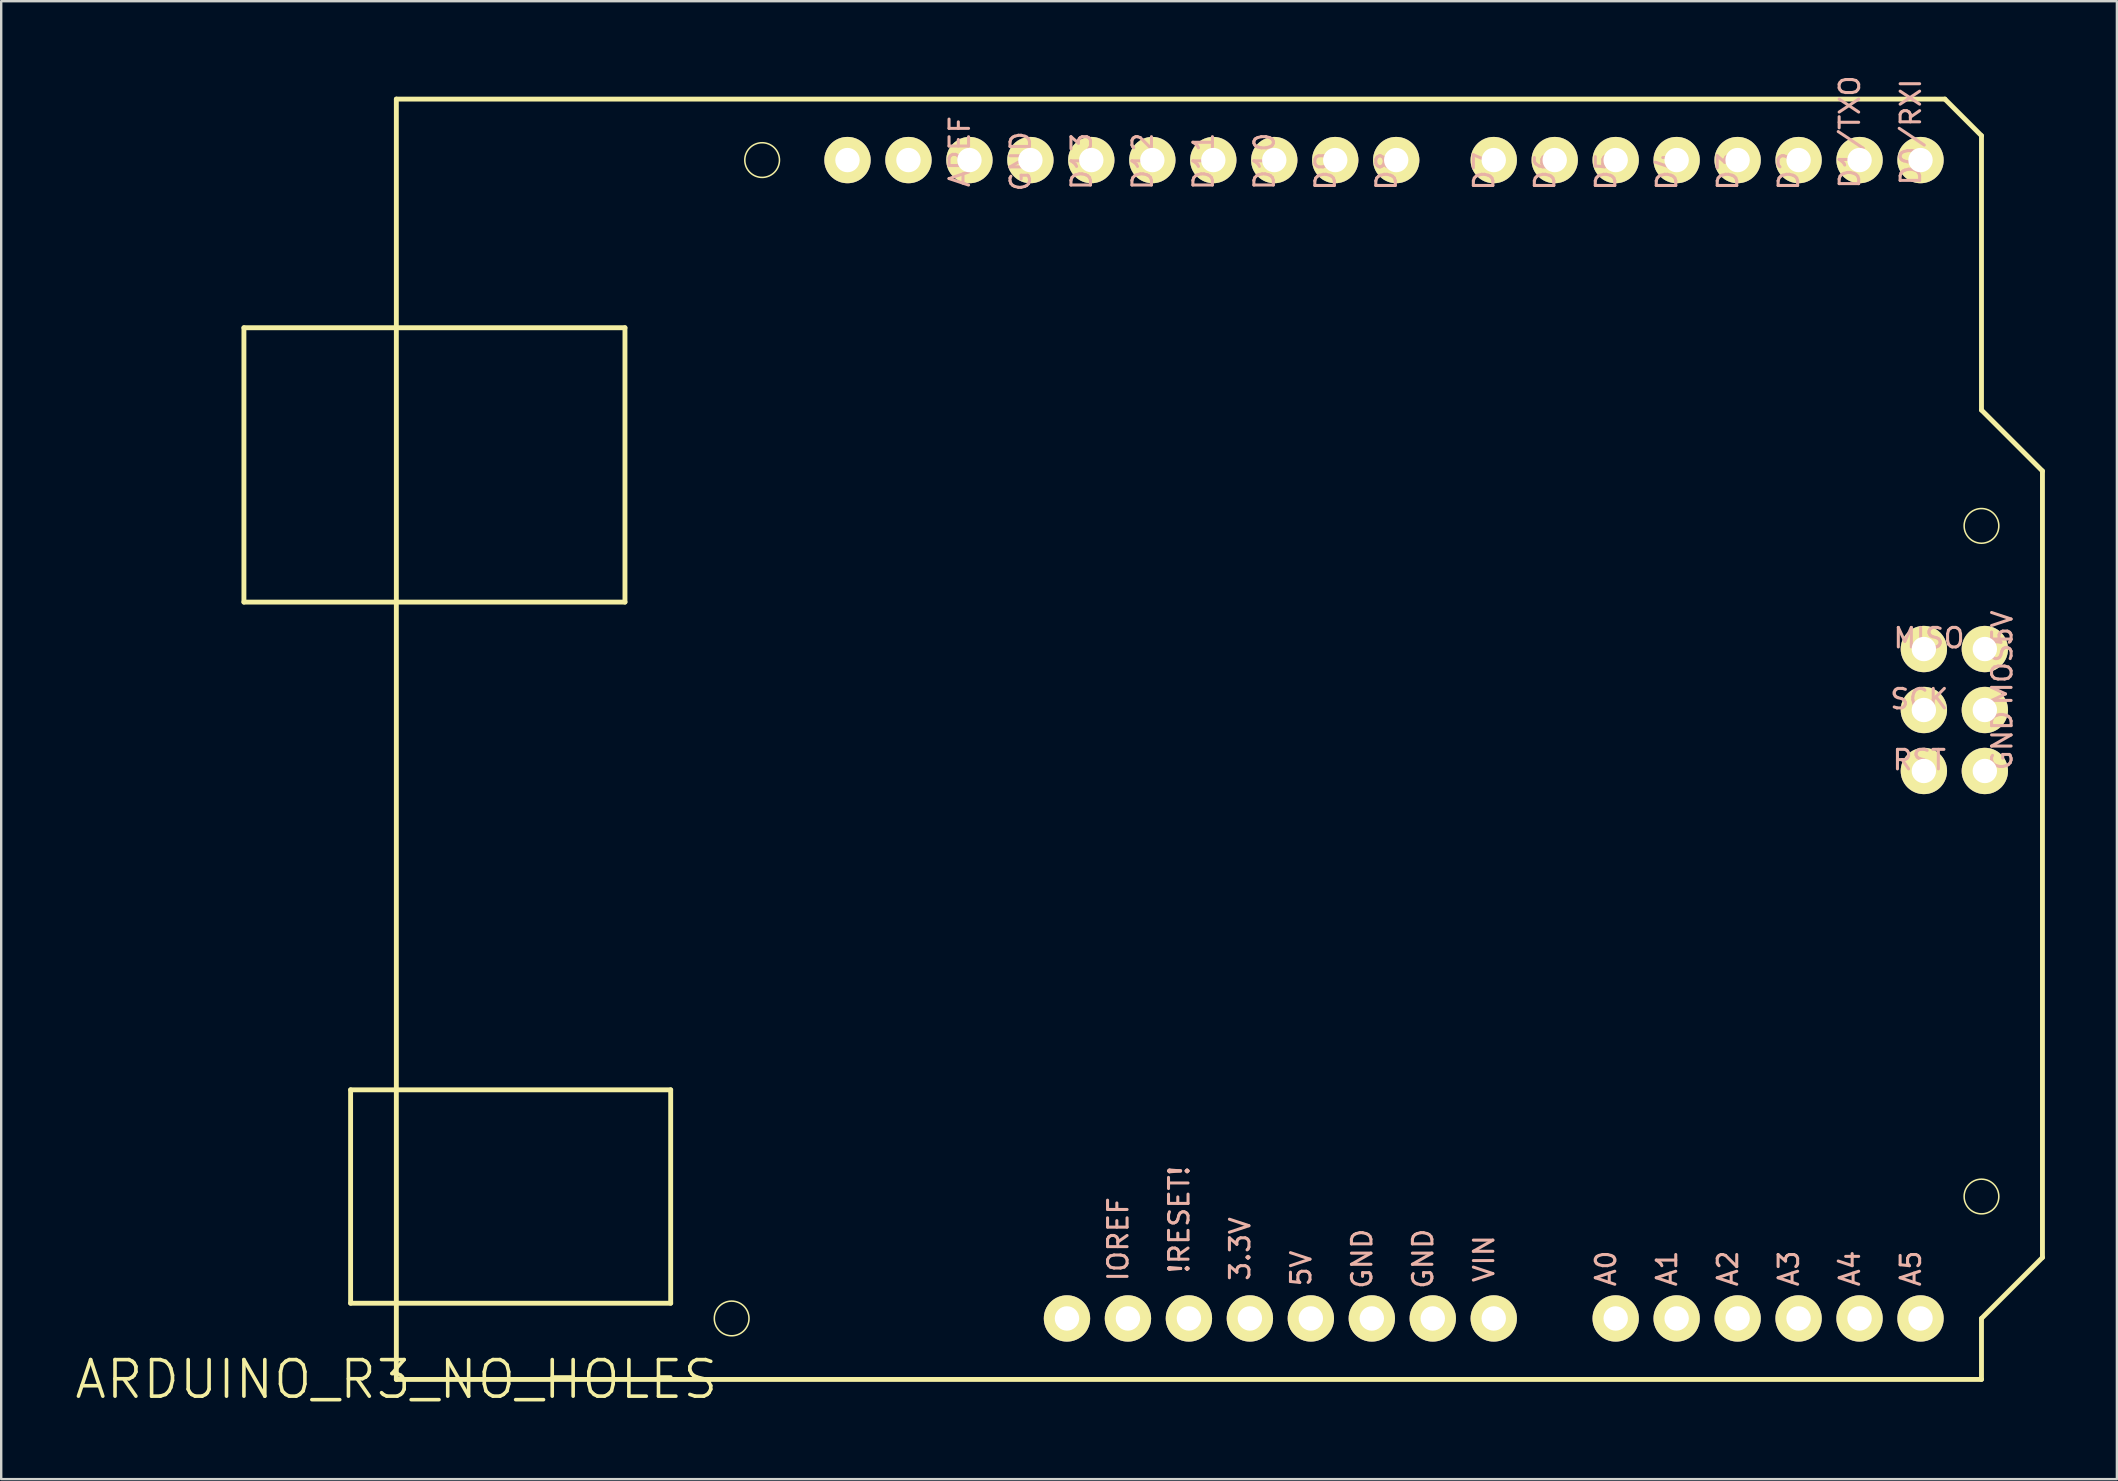
<source format=kicad_pcb>
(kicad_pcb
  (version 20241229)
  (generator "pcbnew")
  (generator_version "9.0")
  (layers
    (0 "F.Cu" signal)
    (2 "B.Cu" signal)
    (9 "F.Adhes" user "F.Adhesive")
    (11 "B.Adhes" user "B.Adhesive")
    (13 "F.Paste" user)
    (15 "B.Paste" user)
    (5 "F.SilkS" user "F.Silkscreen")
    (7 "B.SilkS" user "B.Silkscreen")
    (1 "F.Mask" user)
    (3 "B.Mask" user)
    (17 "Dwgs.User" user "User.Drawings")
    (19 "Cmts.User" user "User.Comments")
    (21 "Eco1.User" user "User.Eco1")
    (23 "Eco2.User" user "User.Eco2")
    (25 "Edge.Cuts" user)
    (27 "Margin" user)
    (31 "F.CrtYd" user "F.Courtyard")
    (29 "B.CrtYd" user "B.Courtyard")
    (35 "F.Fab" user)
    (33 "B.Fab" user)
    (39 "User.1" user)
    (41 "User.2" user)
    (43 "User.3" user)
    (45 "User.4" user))
  (footprint "ARDUINO_R3_NO_HOLES"
    (layer "F.Cu")
    (at 13.462 54.419)
    (property "Reference" "ARDUINO_R3_NO_HOLES" (at 0 0 0) (layer "F.SilkS") (effects (font (size 1.524 1.524) (thickness 0.15))))
    (attr exclude_from_pos_files exclude_from_bom)
    (fp_line (start -6.35 -43.815) (end 9.525 -43.815) (stroke (width 0.203) (type solid)) (layer "F.SilkS"))
    (fp_line (start -6.35 -32.385) (end -6.35 -43.815) (stroke (width 0.203) (type solid)) (layer "F.SilkS"))
    (fp_line (start -1.905 -12.065) (end 11.43 -12.065) (stroke (width 0.203) (type solid)) (layer "F.SilkS"))
    (fp_line (start -1.905 -3.175) (end -1.905 -12.065) (stroke (width 0.203) (type solid)) (layer "F.SilkS"))
    (fp_line (start 0 -53.34) (end 64.516 -53.34) (stroke (width 0.203) (type solid)) (layer "F.SilkS"))
    (fp_line (start 0 0) (end 0 -53.34) (stroke (width 0.203) (type solid)) (layer "F.SilkS"))
    (fp_line (start 9.525 -43.815) (end 9.525 -32.385) (stroke (width 0.203) (type solid)) (layer "F.SilkS"))
    (fp_line (start 9.525 -32.385) (end -6.35 -32.385) (stroke (width 0.203) (type solid)) (layer "F.SilkS"))
    (fp_line (start 11.43 -12.065) (end 11.43 -3.175) (stroke (width 0.203) (type solid)) (layer "F.SilkS"))
    (fp_line (start 11.43 -3.175) (end -1.905 -3.175) (stroke (width 0.203) (type solid)) (layer "F.SilkS"))
    (fp_line (start 64.516 -53.34) (end 66.04 -51.816) (stroke (width 0.203) (type solid)) (layer "F.SilkS"))
    (fp_line (start 66.04 -51.816) (end 66.04 -40.386) (stroke (width 0.203) (type solid)) (layer "F.SilkS"))
    (fp_line (start 66.04 -40.386) (end 68.58 -37.846) (stroke (width 0.203) (type solid)) (layer "F.SilkS"))
    (fp_line (start 66.04 -2.54) (end 66.04 0) (stroke (width 0.203) (type solid)) (layer "F.SilkS"))
    (fp_line (start 66.04 0) (end 0 0) (stroke (width 0.203) (type solid)) (layer "F.SilkS"))
    (fp_line (start 68.58 -37.846) (end 68.58 -5.08) (stroke (width 0.203) (type solid)) (layer "F.SilkS"))
    (fp_line (start 68.58 -5.08) (end 66.04 -2.54) (stroke (width 0.203) (type solid)) (layer "F.SilkS"))
    (fp_circle (center 13.97 -2.54) (end 14.481 -3.051) (stroke (width 0.064) (type solid)) (fill no) (layer "F.SilkS"))
    (fp_circle (center 15.24 -50.8) (end 15.751 -51.311) (stroke (width 0.064) (type solid)) (fill no) (layer "F.SilkS"))
    (fp_circle (center 66.04 -35.56) (end 66.551 -36.071) (stroke (width 0.064) (type solid)) (fill no) (layer "F.SilkS"))
    (fp_circle (center 66.04 -7.62) (end 66.551 -8.131) (stroke (width 0.064) (type solid)) (fill no) (layer "F.SilkS"))
    (fp_text user "MOSI" (at 66.904 -29.566 90) (layer "B.SilkS") (effects (font (size 0.813 0.813) (thickness 0.127))))
    (fp_text user "A2" (at 55.474 -4.623 90) (layer "B.SilkS") (effects (font (size 0.813 0.813) (thickness 0.127))))
    (fp_text user "A3" (at 58.011 -4.623 90) (layer "B.SilkS") (effects (font (size 0.813 0.813) (thickness 0.127))))
    (fp_text user "D2" (at 58.011 -50.343 90) (layer "B.SilkS") (effects (font (size 0.813 0.813) (thickness 0.127))))
    (fp_text user "3.3V" (at 35.151 -5.436 90) (layer "B.SilkS") (effects (font (size 0.813 0.813) (thickness 0.127))))
    (fp_text user "D12" (at 31.09 -50.749 90) (layer "B.SilkS") (effects (font (size 0.813 0.813) (thickness 0.127))))
    (fp_text user "A0" (at 50.394 -4.623 90) (layer "B.SilkS") (effects (font (size 0.813 0.813) (thickness 0.127))))
    (fp_text user "GND" (at 66.904 -26.619 90) (layer "B.SilkS") (effects (font (size 0.813 0.813) (thickness 0.127))))
    (fp_text user "SCK" (at 63.449 -28.346 0) (layer "B.SilkS") (effects (font (size 0.813 0.813) (thickness 0.127))))
    (fp_text user "VIN" (at 45.314 -5.029 90) (layer "B.SilkS") (effects (font (size 0.813 0.813) (thickness 0.127))))
    (fp_text user "D8" (at 41.25 -50.343 90) (layer "B.SilkS") (effects (font (size 0.813 0.813) (thickness 0.127))))
    (fp_text user "D3" (at 55.474 -50.343 90) (layer "B.SilkS") (effects (font (size 0.813 0.813) (thickness 0.127))))
    (fp_text user "MISO" (at 63.853 -30.886 0) (layer "B.SilkS") (effects (font (size 0.813 0.813) (thickness 0.127))))
    (fp_text user "A1" (at 52.934 -4.623 90) (layer "B.SilkS") (effects (font (size 0.813 0.813) (thickness 0.127))))
    (fp_text user "5V" (at 37.694 -4.623 90) (layer "B.SilkS") (effects (font (size 0.813 0.813) (thickness 0.127))))
    (fp_text user "A5" (at 63.094 -4.623 90) (layer "B.SilkS") (effects (font (size 0.813 0.813) (thickness 0.127))))
    (fp_text user "RST" (at 63.449 -25.806 0) (layer "B.SilkS") (effects (font (size 0.813 0.813) (thickness 0.127))))
    (fp_text user "!RESET!" (at 32.614 -6.655 90) (layer "B.SilkS") (effects (font (size 0.813 0.813) (thickness 0.127))))
    (fp_text user "D10" (at 36.17 -50.749 90) (layer "B.SilkS") (effects (font (size 0.813 0.813) (thickness 0.127))))
    (fp_text user "D7" (at 45.314 -50.343 90) (layer "B.SilkS") (effects (font (size 0.813 0.813) (thickness 0.127))))
    (fp_text user "D0/RXI" (at 63.094 -51.968 90) (layer "B.SilkS") (effects (font (size 0.813 0.813) (thickness 0.127))))
    (fp_text user "GND" (at 42.774 -5.029 90) (layer "B.SilkS") (effects (font (size 0.813 0.813) (thickness 0.127))))
    (fp_text user "GND" (at 40.234 -5.029 90) (layer "B.SilkS") (effects (font (size 0.813 0.813) (thickness 0.127))))
    (fp_text user "D6" (at 47.854 -50.343 90) (layer "B.SilkS") (effects (font (size 0.813 0.813) (thickness 0.127))))
    (fp_text user "A4" (at 60.554 -4.623 90) (layer "B.SilkS") (effects (font (size 0.813 0.813) (thickness 0.127))))
    (fp_text user "D11" (at 33.63 -50.749 90) (layer "B.SilkS") (effects (font (size 0.813 0.813) (thickness 0.127))))
    (fp_text user "GND" (at 26.01 -50.749 90) (layer "B.SilkS") (effects (font (size 0.813 0.813) (thickness 0.127))))
    (fp_text user "D13" (at 28.55 -50.749 90) (layer "B.SilkS") (effects (font (size 0.813 0.813) (thickness 0.127))))
    (fp_text user "IOREF" (at 30.074 -5.842 90) (layer "B.SilkS") (effects (font (size 0.813 0.813) (thickness 0.127))))
    (fp_text user "5V" (at 66.904 -31.293 90) (layer "B.SilkS") (effects (font (size 0.813 0.813) (thickness 0.127))))
    (fp_text user "D5" (at 50.394 -50.343 90) (layer "B.SilkS") (effects (font (size 0.813 0.813) (thickness 0.127))))
    (fp_text user "D9" (at 38.71 -50.343 90) (layer "B.SilkS") (effects (font (size 0.813 0.813) (thickness 0.127))))
    (fp_text user "AREF" (at 23.47 -51.153 90) (layer "B.SilkS") (effects (font (size 0.813 0.813) (thickness 0.127))))
    (fp_text user "D4" (at 52.934 -50.343 90) (layer "B.SilkS") (effects (font (size 0.813 0.813) (thickness 0.127))))
    (fp_text user "D1/TXO" (at 60.554 -51.968 90) (layer "B.SilkS") (effects (font (size 0.813 0.813) (thickness 0.127))))
    (pad "3.3V" thru_hole circle (at 35.56 -2.54) (size 1.93 1.93) (drill 1.016) (layers "*.Cu" "F.Mask" "F.SilkS" "F.Paste"))
    (pad "5V" thru_hole circle (at 38.1 -2.54) (size 1.93 1.93) (drill 1.016) (layers "*.Cu" "F.Mask" "F.SilkS" "F.Paste"))
    (pad "A0" thru_hole circle (at 50.8 -2.54) (size 1.93 1.93) (drill 1.016) (layers "*.Cu" "F.Mask" "F.SilkS" "F.Paste"))
    (pad "A1" thru_hole circle (at 53.34 -2.54) (size 1.93 1.93) (drill 1.016) (layers "*.Cu" "F.Mask" "F.SilkS" "F.Paste"))
    (pad "A2" thru_hole circle (at 55.88 -2.54) (size 1.93 1.93) (drill 1.016) (layers "*.Cu" "F.Mask" "F.SilkS" "F.Paste"))
    (pad "A3" thru_hole circle (at 58.42 -2.54) (size 1.93 1.93) (drill 1.016) (layers "*.Cu" "F.Mask" "F.SilkS" "F.Paste"))
    (pad "A4" thru_hole circle (at 60.96 -2.54) (size 1.93 1.93) (drill 1.016) (layers "*.Cu" "F.Mask" "F.SilkS" "F.Paste"))
    (pad "A5" thru_hole circle (at 63.5 -2.54) (size 1.93 1.93) (drill 1.016) (layers "*.Cu" "F.Mask" "F.SilkS" "F.Paste"))
    (pad "AREF" thru_hole circle (at 23.876 -50.8) (size 1.93 1.93) (drill 1.016) (layers "*.Cu" "F.Mask" "F.SilkS" "F.Paste"))
    (pad "D0" thru_hole circle (at 63.5 -50.8) (size 1.93 1.93) (drill 1.016) (layers "*.Cu" "F.Mask" "F.SilkS" "F.Paste"))
    (pad "D1" thru_hole circle (at 60.96 -50.8) (size 1.93 1.93) (drill 1.016) (layers "*.Cu" "F.Mask" "F.SilkS" "F.Paste"))
    (pad "D2" thru_hole circle (at 58.42 -50.8) (size 1.93 1.93) (drill 1.016) (layers "*.Cu" "F.Mask" "F.SilkS" "F.Paste"))
    (pad "D3" thru_hole circle (at 55.88 -50.8) (size 1.93 1.93) (drill 1.016) (layers "*.Cu" "F.Mask" "F.SilkS" "F.Paste"))
    (pad "D4" thru_hole circle (at 53.34 -50.8) (size 1.93 1.93) (drill 1.016) (layers "*.Cu" "F.Mask" "F.SilkS" "F.Paste"))
    (pad "D5" thru_hole circle (at 50.8 -50.8) (size 1.93 1.93) (drill 1.016) (layers "*.Cu" "F.Mask" "F.SilkS" "F.Paste"))
    (pad "D6" thru_hole circle (at 48.26 -50.8) (size 1.93 1.93) (drill 1.016) (layers "*.Cu" "F.Mask" "F.SilkS" "F.Paste"))
    (pad "D7" thru_hole circle (at 45.72 -50.8) (size 1.93 1.93) (drill 1.016) (layers "*.Cu" "F.Mask" "F.SilkS" "F.Paste"))
    (pad "D8" thru_hole circle (at 41.656 -50.8) (size 1.93 1.93) (drill 1.016) (layers "*.Cu" "F.Mask" "F.SilkS" "F.Paste"))
    (pad "D9" thru_hole circle (at 39.116 -50.8) (size 1.93 1.93) (drill 1.016) (layers "*.Cu" "F.Mask" "F.SilkS" "F.Paste"))
    (pad "D10" thru_hole circle (at 36.576 -50.8) (size 1.93 1.93) (drill 1.016) (layers "*.Cu" "F.Mask" "F.SilkS" "F.Paste"))
    (pad "D11" thru_hole circle (at 34.036 -50.8) (size 1.93 1.93) (drill 1.016) (layers "*.Cu" "F.Mask" "F.SilkS" "F.Paste"))
    (pad "D12" thru_hole circle (at 31.496 -50.8) (size 1.93 1.93) (drill 1.016) (layers "*.Cu" "F.Mask" "F.SilkS" "F.Paste"))
    (pad "D13" thru_hole circle (at 28.953 -50.8) (size 1.93 1.93) (drill 1.016) (layers "*.Cu" "F.Mask" "F.SilkS" "F.Paste"))
    (pad "GND@" thru_hole circle (at 26.416 -50.8) (size 1.93 1.93) (drill 1.016) (layers "*.Cu" "F.Mask" "F.SilkS" "F.Paste"))
    (pad "GND@" thru_hole circle (at 40.64 -2.54) (size 1.93 1.93) (drill 1.016) (layers "*.Cu" "F.Mask" "F.SilkS" "F.Paste"))
    (pad "GND@" thru_hole circle (at 43.18 -2.54) (size 1.93 1.93) (drill 1.016) (layers "*.Cu" "F.Mask" "F.SilkS" "F.Paste"))
    (pad "GND@" thru_hole circle (at 66.18 -25.349) (size 1.93 1.93) (drill 1.016) (layers "*.Cu" "F.Mask" "F.SilkS" "F.Paste"))
    (pad "IORE" thru_hole circle (at 30.48 -2.54) (size 1.93 1.93) (drill 1.016) (layers "*.Cu" "F.Mask" "F.SilkS" "F.Paste"))
    (pad "MISO" thru_hole circle (at 63.64 -30.429) (size 1.93 1.93) (drill 1.016) (layers "*.Cu" "F.Mask" "F.SilkS" "F.Paste"))
    (pad "MOSI" thru_hole circle (at 66.18 -27.889) (size 1.93 1.93) (drill 1.016) (layers "*.Cu" "F.Mask" "F.SilkS" "F.Paste"))
    (pad "NC" thru_hole circle (at 27.94 -2.54) (size 1.93 1.93) (drill 1.016) (layers "*.Cu" "F.Mask" "F.SilkS" "F.Paste"))
    (pad "RESE" thru_hole circle (at 33.02 -2.54) (size 1.93 1.93) (drill 1.016) (layers "*.Cu" "F.Mask" "F.SilkS" "F.Paste"))
    (pad "RESE" thru_hole circle (at 63.64 -25.349) (size 1.93 1.93) (drill 1.016) (layers "*.Cu" "F.Mask" "F.SilkS" "F.Paste"))
    (pad "SCK" thru_hole circle (at 63.64 -27.889) (size 1.93 1.93) (drill 1.016) (layers "*.Cu" "F.Mask" "F.SilkS" "F.Paste"))
    (pad "SCL" thru_hole circle (at 18.796 -50.8) (size 1.93 1.93) (drill 1.016) (layers "*.Cu" "F.Mask" "F.SilkS" "F.Paste"))
    (pad "SDA" thru_hole circle (at 21.336 -50.8) (size 1.93 1.93) (drill 1.016) (layers "*.Cu" "F.Mask" "F.SilkS" "F.Paste"))
    (pad "VCC" thru_hole circle (at 66.18 -30.429) (size 1.93 1.93) (drill 1.016) (layers "*.Cu" "F.Mask" "F.SilkS" "F.Paste"))
    (pad "VIN" thru_hole circle (at 45.72 -2.54) (size 1.93 1.93) (drill 1.016) (layers "*.Cu" "F.Mask" "F.SilkS" "F.Paste")))
  (gr_rect
    (start -3 -3)
    (end 85.144 58.574)
    (stroke (width 0.1) (type default))
    (fill no)
    (layer "Edge.Cuts")))
</source>
